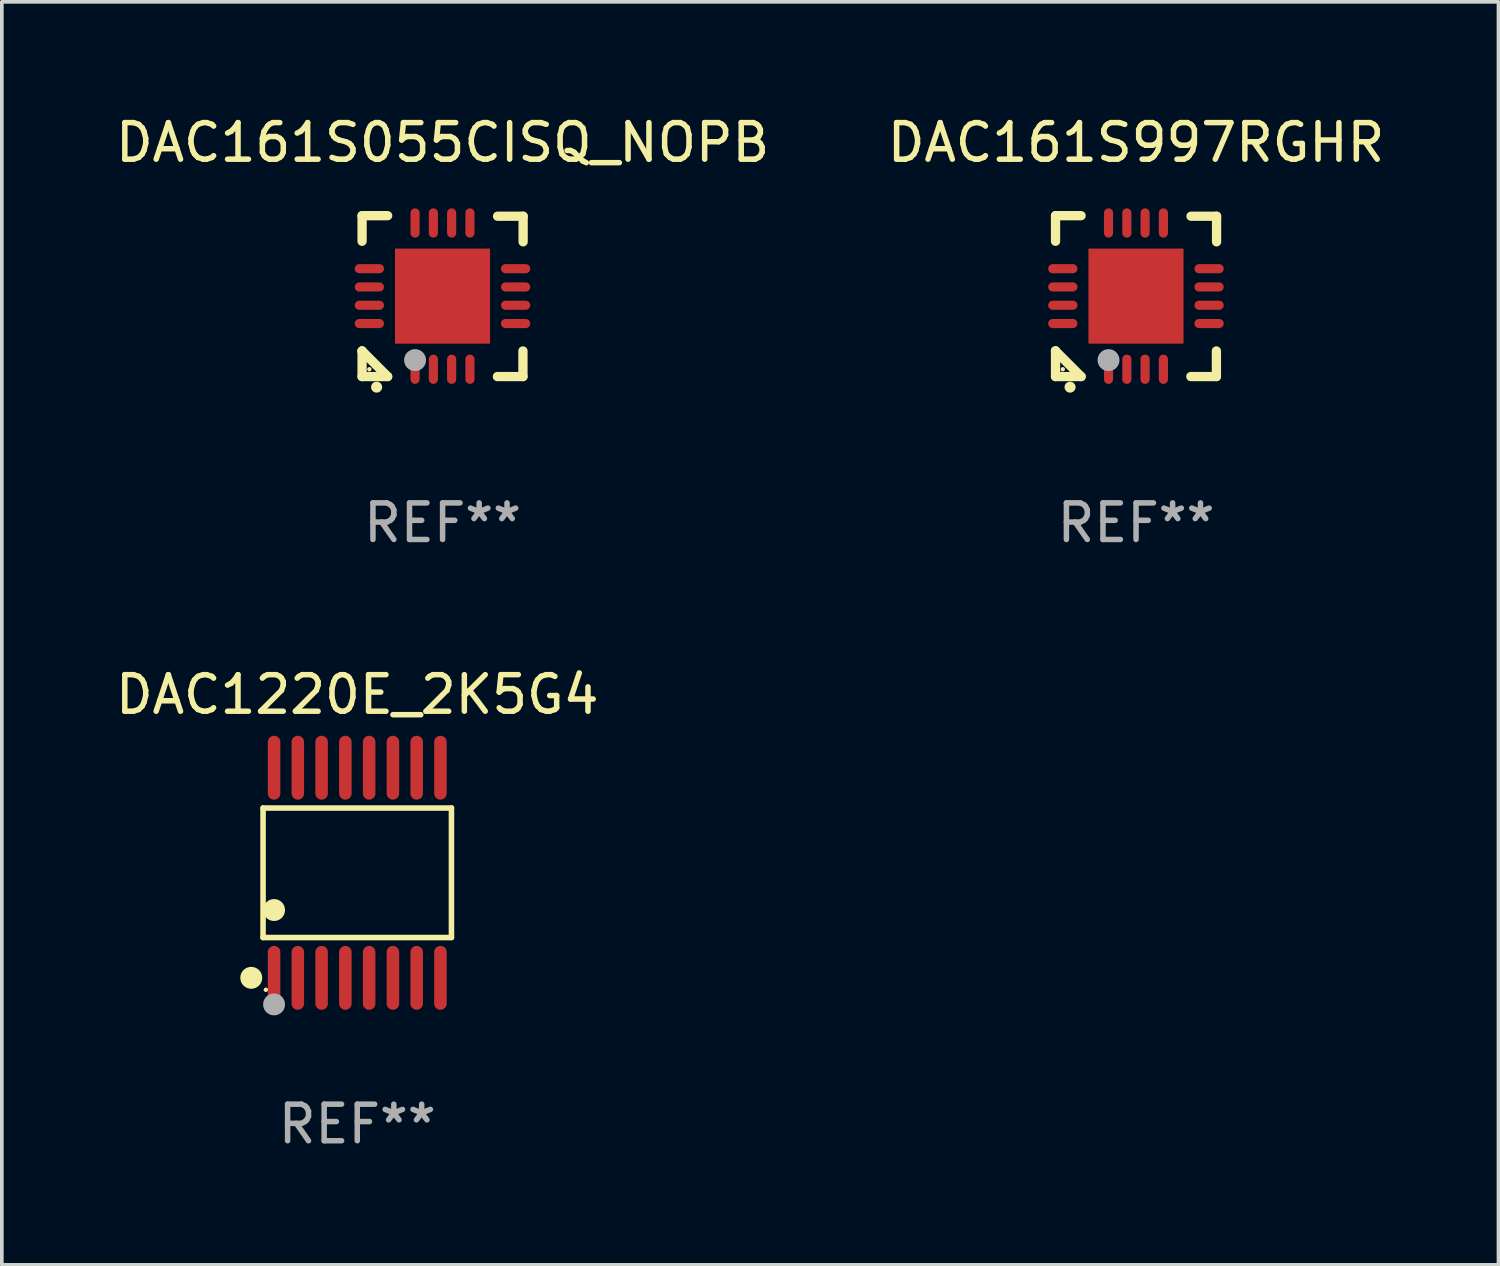
<source format=kicad_pcb>
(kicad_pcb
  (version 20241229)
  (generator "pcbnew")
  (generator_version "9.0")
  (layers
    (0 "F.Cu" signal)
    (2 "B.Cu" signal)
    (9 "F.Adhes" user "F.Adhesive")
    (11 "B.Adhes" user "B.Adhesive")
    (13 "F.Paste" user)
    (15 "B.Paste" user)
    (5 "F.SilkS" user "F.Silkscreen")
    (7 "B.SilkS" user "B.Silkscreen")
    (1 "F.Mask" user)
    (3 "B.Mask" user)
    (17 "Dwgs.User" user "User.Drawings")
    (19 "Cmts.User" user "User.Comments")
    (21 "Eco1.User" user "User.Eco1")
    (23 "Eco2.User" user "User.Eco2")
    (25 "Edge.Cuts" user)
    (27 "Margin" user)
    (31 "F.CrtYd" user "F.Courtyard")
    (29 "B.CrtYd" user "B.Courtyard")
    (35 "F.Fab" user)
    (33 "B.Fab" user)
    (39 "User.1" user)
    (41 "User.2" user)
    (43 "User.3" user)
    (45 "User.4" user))
  (footprint "DAC1220E_2K5G4"
    (layer "F.Cu")
    (at 6.72 20.818)
    (property "Reference" "DAC1220E_2K5G4" (at 0 -4.873 0) (layer "F.SilkS") (effects (font (size 1 1) (thickness 0.15))))
    (attr through_hole)
    (fp_line (start -2.576 -1.771) (end 2.576 -1.771) (stroke (width 0.152) (type solid)) (layer "F.SilkS"))
    (fp_line (start -2.576 1.771) (end -2.576 -1.771) (stroke (width 0.152) (type solid)) (layer "F.SilkS"))
    (fp_line (start 2.576 -1.771) (end 2.576 1.771) (stroke (width 0.152) (type solid)) (layer "F.SilkS"))
    (fp_line (start 2.576 1.771) (end -2.576 1.771) (stroke (width 0.152) (type solid)) (layer "F.SilkS"))
    (fp_circle (center -2.899 2.873) (end -2.749 2.873) (stroke (width 0.3) (type solid)) (fill no) (layer "F.SilkS"))
    (fp_circle (center -2.5 3.2) (end -2.47 3.2) (stroke (width 0.06) (type solid)) (fill no) (layer "F.SilkS"))
    (fp_circle (center -2.275 1.019) (end -2.125 1.019) (stroke (width 0.3) (type solid)) (fill no) (layer "F.SilkS"))
    (fp_circle (center -2.275 3.6) (end -2.125 3.6) (stroke (width 0.3) (type solid)) (fill no) (layer "F.Fab"))
    (fp_text user "REF**" (at 0 6.873 0) (layer "F.Fab") (effects (font (size 1 1) (thickness 0.15))))
    (pad "1" smd oval (at -2.275 2.873) (size 0.343 1.747) (layers "F.Cu" "F.Mask" "F.Paste"))
    (pad "2" smd oval (at -1.625 2.873) (size 0.343 1.747) (layers "F.Cu" "F.Mask" "F.Paste"))
    (pad "3" smd oval (at -0.975 2.873) (size 0.343 1.747) (layers "F.Cu" "F.Mask" "F.Paste"))
    (pad "4" smd oval (at -0.325 2.873) (size 0.343 1.747) (layers "F.Cu" "F.Mask" "F.Paste"))
    (pad "5" smd oval (at 0.325 2.873) (size 0.343 1.747) (layers "F.Cu" "F.Mask" "F.Paste"))
    (pad "6" smd oval (at 0.975 2.873) (size 0.343 1.747) (layers "F.Cu" "F.Mask" "F.Paste"))
    (pad "7" smd oval (at 1.625 2.873) (size 0.343 1.747) (layers "F.Cu" "F.Mask" "F.Paste"))
    (pad "8" smd oval (at 2.275 2.873) (size 0.343 1.747) (layers "F.Cu" "F.Mask" "F.Paste"))
    (pad "9" smd oval (at 2.275 -2.873) (size 0.343 1.747) (layers "F.Cu" "F.Mask" "F.Paste"))
    (pad "10" smd oval (at 1.625 -2.873) (size 0.343 1.747) (layers "F.Cu" "F.Mask" "F.Paste"))
    (pad "11" smd oval (at 0.975 -2.873) (size 0.343 1.747) (layers "F.Cu" "F.Mask" "F.Paste"))
    (pad "12" smd oval (at 0.325 -2.873) (size 0.343 1.747) (layers "F.Cu" "F.Mask" "F.Paste"))
    (pad "13" smd oval (at -0.325 -2.873) (size 0.343 1.747) (layers "F.Cu" "F.Mask" "F.Paste"))
    (pad "14" smd oval (at -0.975 -2.873) (size 0.343 1.747) (layers "F.Cu" "F.Mask" "F.Paste"))
    (pad "15" smd oval (at -1.625 -2.873) (size 0.343 1.747) (layers "F.Cu" "F.Mask" "F.Paste"))
    (pad "16" smd oval (at -2.275 -2.873) (size 0.343 1.747) (layers "F.Cu" "F.Mask" "F.Paste")))
  (footprint "DAC161S055CISQ_NOPB"
    (layer "F.Cu")
    (at 9.054 5.048)
    (property "Reference" "DAC161S055CISQ_NOPB" (at 0 -4.2 0) (layer "F.SilkS") (effects (font (size 1 1) (thickness 0.15))))
    (attr through_hole)
    (fp_line (start -2.202 -2.2) (end -2.202 -1.5) (stroke (width 0.254) (type solid)) (layer "F.SilkS"))
    (fp_line (start -2.202 1.5) (end -2.202 1.5) (stroke (width 0.254) (type solid)) (layer "F.SilkS"))
    (fp_line (start -2.202 1.5) (end -1.503 2.2) (stroke (width 0.254) (type solid)) (layer "F.SilkS"))
    (fp_line (start -2.202 2.2) (end -2.202 1.5) (stroke (width 0.254) (type solid)) (layer "F.SilkS"))
    (fp_line (start -1.503 -2.2) (end -2.202 -2.2) (stroke (width 0.254) (type solid)) (layer "F.SilkS"))
    (fp_line (start -1.503 2.2) (end -2.202 2.2) (stroke (width 0.254) (type solid)) (layer "F.SilkS"))
    (fp_line (start 1.498 2.2) (end 2.197 2.2) (stroke (width 0.254) (type solid)) (layer "F.SilkS"))
    (fp_line (start 2.197 2.2) (end 2.197 1.5) (stroke (width 0.254) (type solid)) (layer "F.SilkS"))
    (fp_line (start 2.202 -2.185) (end 1.503 -2.185) (stroke (width 0.254) (type solid)) (layer "F.SilkS"))
    (fp_line (start 2.202 -1.485) (end 2.202 -2.185) (stroke (width 0.254) (type solid)) (layer "F.SilkS"))
    (fp_arc (start -1.805944 2.489205) (mid -1.804674 2.4892) (end -1.803404 2.489205) (stroke (width 0.3) (type solid)) (layer "F.SilkS"))
    (fp_circle (center -2.003 2) (end -1.973 2) (stroke (width 0.06) (type solid)) (fill no) (layer "F.SilkS"))
    (fp_circle (center -0.753 1.75) (end -0.603 1.75) (stroke (width 0.3) (type solid)) (fill no) (layer "F.Fab"))
    (fp_text user "REF**" (at 0 6.2 0) (layer "F.Fab") (effects (font (size 1 1) (thickness 0.15))))
    (pad "1" smd oval (at -0.753 2) (size 0.25 0.8) (layers "F.Cu" "F.Mask" "F.Paste"))
    (pad "2" smd oval (at -0.252 2) (size 0.25 0.8) (layers "F.Cu" "F.Mask" "F.Paste"))
    (pad "3" smd oval (at 0.247 2) (size 0.25 0.8) (layers "F.Cu" "F.Mask" "F.Paste"))
    (pad "4" smd oval (at 0.748 2) (size 0.25 0.8) (layers "F.Cu" "F.Mask" "F.Paste"))
    (pad "5" smd oval (at 1.997 0.75 90) (size 0.25 0.8) (layers "F.Cu" "F.Mask" "F.Paste"))
    (pad "6" smd oval (at 1.997 0.25 90) (size 0.25 0.8) (layers "F.Cu" "F.Mask" "F.Paste"))
    (pad "7" smd oval (at 1.997 -0.25 90) (size 0.25 0.8) (layers "F.Cu" "F.Mask" "F.Paste"))
    (pad "8" smd oval (at 1.997 -0.75 90) (size 0.25 0.8) (layers "F.Cu" "F.Mask" "F.Paste"))
    (pad "9" smd oval (at 0.748 -2) (size 0.25 0.8) (layers "F.Cu" "F.Mask" "F.Paste"))
    (pad "10" smd oval (at 0.247 -2) (size 0.25 0.8) (layers "F.Cu" "F.Mask" "F.Paste"))
    (pad "11" smd oval (at -0.252 -2) (size 0.25 0.8) (layers "F.Cu" "F.Mask" "F.Paste"))
    (pad "12" smd oval (at -0.753 -2) (size 0.25 0.8) (layers "F.Cu" "F.Mask" "F.Paste"))
    (pad "13" smd oval (at -2.003 -0.75 90) (size 0.25 0.8) (layers "F.Cu" "F.Mask" "F.Paste"))
    (pad "14" smd oval (at -2.003 -0.25 90) (size 0.25 0.8) (layers "F.Cu" "F.Mask" "F.Paste"))
    (pad "15" smd oval (at -2.003 0.25 90) (size 0.25 0.8) (layers "F.Cu" "F.Mask" "F.Paste"))
    (pad "16" smd oval (at -2.003 0.75 90) (size 0.25 0.8) (layers "F.Cu" "F.Mask" "F.Paste"))
    (pad "17" smd rect (at -0.002 0.000025 90) (size 2.6 2.6) (layers "F.Cu" "F.Mask" "F.Paste")))
  (footprint "DAC161S997RGHR"
    (layer "F.Cu")
    (at 28.018 5.048)
    (property "Reference" "DAC161S997RGHR" (at 0 -4.2 0) (layer "F.SilkS") (effects (font (size 1 1) (thickness 0.15))))
    (attr through_hole)
    (fp_line (start -2.202 -2.2) (end -2.202 -1.5) (stroke (width 0.254) (type solid)) (layer "F.SilkS"))
    (fp_line (start -2.202 1.5) (end -2.202 1.5) (stroke (width 0.254) (type solid)) (layer "F.SilkS"))
    (fp_line (start -2.202 1.5) (end -1.503 2.2) (stroke (width 0.254) (type solid)) (layer "F.SilkS"))
    (fp_line (start -2.202 2.2) (end -2.202 1.5) (stroke (width 0.254) (type solid)) (layer "F.SilkS"))
    (fp_line (start -1.503 -2.2) (end -2.202 -2.2) (stroke (width 0.254) (type solid)) (layer "F.SilkS"))
    (fp_line (start -1.503 2.2) (end -2.202 2.2) (stroke (width 0.254) (type solid)) (layer "F.SilkS"))
    (fp_line (start 1.498 2.2) (end 2.197 2.2) (stroke (width 0.254) (type solid)) (layer "F.SilkS"))
    (fp_line (start 2.197 2.2) (end 2.197 1.5) (stroke (width 0.254) (type solid)) (layer "F.SilkS"))
    (fp_line (start 2.202 -2.185) (end 1.503 -2.185) (stroke (width 0.254) (type solid)) (layer "F.SilkS"))
    (fp_line (start 2.202 -1.485) (end 2.202 -2.185) (stroke (width 0.254) (type solid)) (layer "F.SilkS"))
    (fp_arc (start -1.805944 2.489205) (mid -1.804674 2.4892) (end -1.803404 2.489205) (stroke (width 0.3) (type solid)) (layer "F.SilkS"))
    (fp_circle (center -2.003 2) (end -1.973 2) (stroke (width 0.06) (type solid)) (fill no) (layer "F.SilkS"))
    (fp_circle (center -0.753 1.75) (end -0.603 1.75) (stroke (width 0.3) (type solid)) (fill no) (layer "F.Fab"))
    (fp_text user "REF**" (at 0 6.2 0) (layer "F.Fab") (effects (font (size 1 1) (thickness 0.15))))
    (pad "1" smd oval (at -0.753 2) (size 0.25 0.8) (layers "F.Cu" "F.Mask" "F.Paste"))
    (pad "2" smd oval (at -0.252 2) (size 0.25 0.8) (layers "F.Cu" "F.Mask" "F.Paste"))
    (pad "3" smd oval (at 0.247 2) (size 0.25 0.8) (layers "F.Cu" "F.Mask" "F.Paste"))
    (pad "4" smd oval (at 0.748 2) (size 0.25 0.8) (layers "F.Cu" "F.Mask" "F.Paste"))
    (pad "5" smd oval (at 1.997 0.75 90) (size 0.25 0.8) (layers "F.Cu" "F.Mask" "F.Paste"))
    (pad "6" smd oval (at 1.997 0.25 90) (size 0.25 0.8) (layers "F.Cu" "F.Mask" "F.Paste"))
    (pad "7" smd oval (at 1.997 -0.25 90) (size 0.25 0.8) (layers "F.Cu" "F.Mask" "F.Paste"))
    (pad "8" smd oval (at 1.997 -0.75 90) (size 0.25 0.8) (layers "F.Cu" "F.Mask" "F.Paste"))
    (pad "9" smd oval (at 0.748 -2) (size 0.25 0.8) (layers "F.Cu" "F.Mask" "F.Paste"))
    (pad "10" smd oval (at 0.247 -2) (size 0.25 0.8) (layers "F.Cu" "F.Mask" "F.Paste"))
    (pad "11" smd oval (at -0.252 -2) (size 0.25 0.8) (layers "F.Cu" "F.Mask" "F.Paste"))
    (pad "12" smd oval (at -0.753 -2) (size 0.25 0.8) (layers "F.Cu" "F.Mask" "F.Paste"))
    (pad "13" smd oval (at -2.003 -0.75 90) (size 0.25 0.8) (layers "F.Cu" "F.Mask" "F.Paste"))
    (pad "14" smd oval (at -2.003 -0.25 90) (size 0.25 0.8) (layers "F.Cu" "F.Mask" "F.Paste"))
    (pad "15" smd oval (at -2.003 0.25 90) (size 0.25 0.8) (layers "F.Cu" "F.Mask" "F.Paste"))
    (pad "16" smd oval (at -2.003 0.75 90) (size 0.25 0.8) (layers "F.Cu" "F.Mask" "F.Paste"))
    (pad "17" smd rect (at -0.002 0.000025 90) (size 2.6 2.6) (layers "F.Cu" "F.Mask" "F.Paste")))
  (gr_rect
    (start -3 -3)
    (end 37.929 31.539)
    (stroke (width 0.1) (type default))
    (fill no)
    (layer "Edge.Cuts")))
</source>
